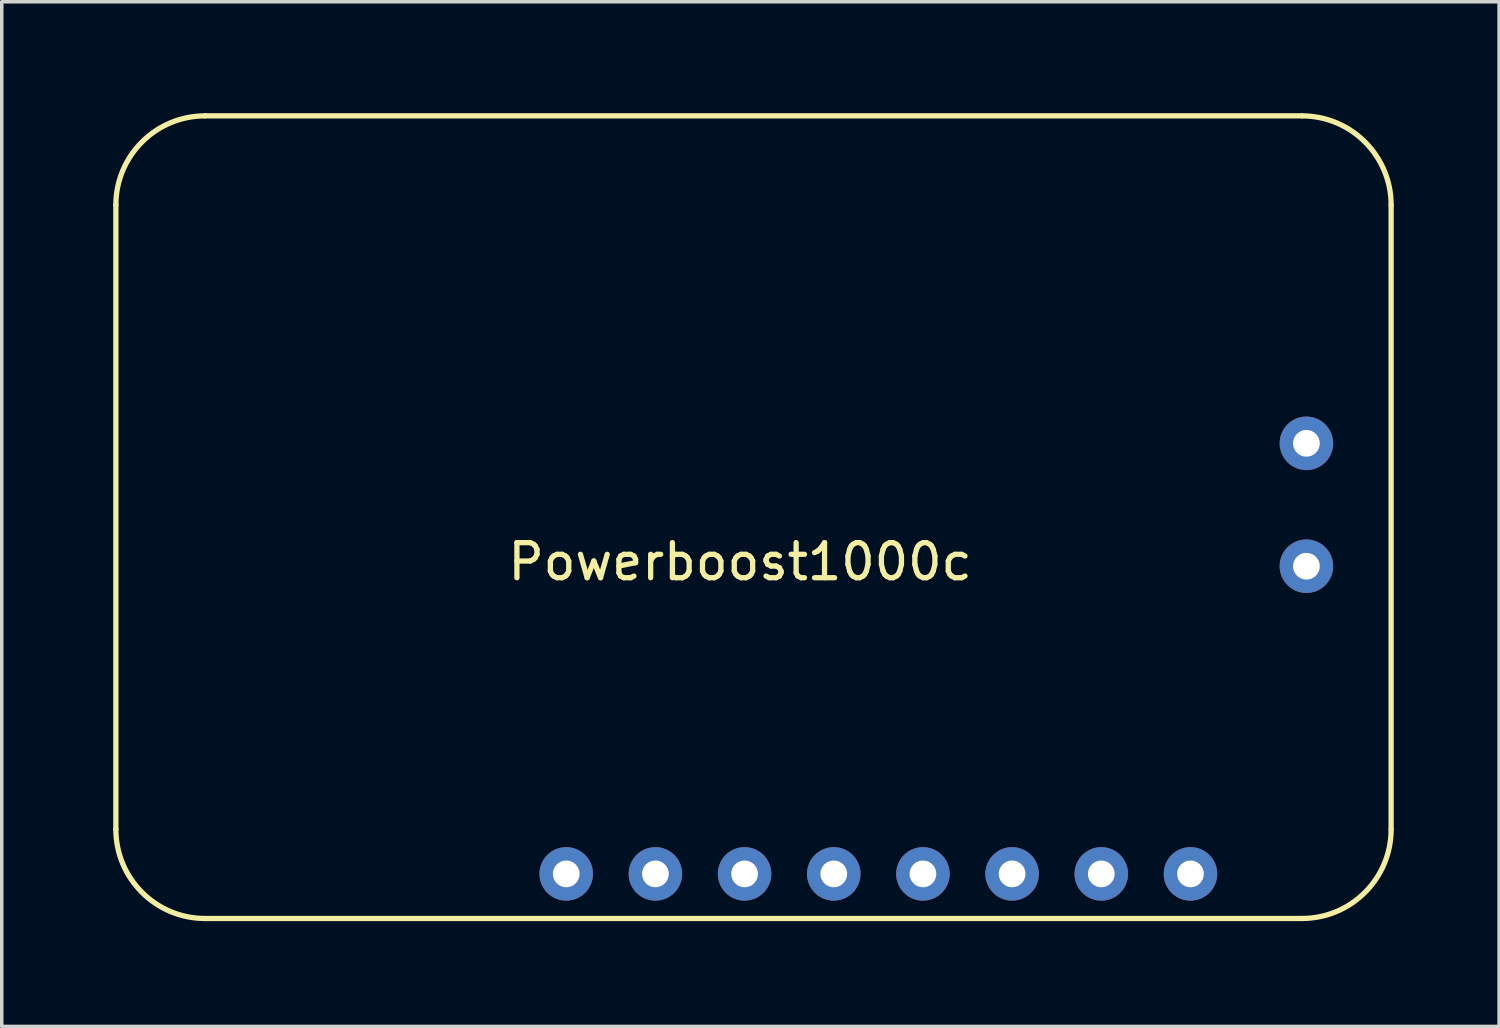
<source format=kicad_pcb>
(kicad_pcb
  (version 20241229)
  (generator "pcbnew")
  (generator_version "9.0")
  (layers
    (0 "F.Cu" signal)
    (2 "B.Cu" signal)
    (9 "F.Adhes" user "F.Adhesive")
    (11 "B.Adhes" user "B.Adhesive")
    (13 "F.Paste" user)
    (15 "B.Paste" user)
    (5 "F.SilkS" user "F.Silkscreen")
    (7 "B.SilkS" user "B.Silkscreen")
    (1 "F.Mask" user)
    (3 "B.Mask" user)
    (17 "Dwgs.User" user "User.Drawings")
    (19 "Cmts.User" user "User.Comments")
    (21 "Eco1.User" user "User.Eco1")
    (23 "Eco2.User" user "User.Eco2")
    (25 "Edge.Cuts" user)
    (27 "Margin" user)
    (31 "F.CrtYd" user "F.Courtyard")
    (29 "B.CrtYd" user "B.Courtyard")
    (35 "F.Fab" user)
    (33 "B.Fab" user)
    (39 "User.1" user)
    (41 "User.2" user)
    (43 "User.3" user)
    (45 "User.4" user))
  (footprint "Powerboost1000c"
    (layer "F.Cu")
    (at 0.25 0.25)
    (property "Reference" "Powerboost1000c" (at 17.78 12.7 0) (layer "F.SilkS") (effects (font (size 1 1) (thickness 0.15))))
    (attr through_hole)
    (fp_line (start 0 2.54) (end 0 20.32) (stroke (width 0.15) (type solid)) (layer "F.SilkS"))
    (fp_line (start 2.54 0) (end 33.782 0) (stroke (width 0.15) (type solid)) (layer "F.SilkS"))
    (fp_line (start 2.54 22.86) (end 33.782 22.86) (stroke (width 0.15) (type solid)) (layer "F.SilkS"))
    (fp_line (start 36.322 2.54) (end 36.322 20.32) (stroke (width 0.15) (type solid)) (layer "F.SilkS"))
    (fp_arc (start 0 2.54) (mid 0.743949 0.743949) (end 2.54 0) (stroke (width 0.15) (type solid)) (layer "F.SilkS"))
    (fp_arc (start 2.54 22.86) (mid 0.743949 22.116051) (end 0 20.32) (stroke (width 0.15) (type solid)) (layer "F.SilkS"))
    (fp_arc (start 33.782 0) (mid 35.578051 0.743949) (end 36.322 2.54) (stroke (width 0.15) (type solid)) (layer "F.SilkS"))
    (fp_arc (start 36.322 20.32) (mid 35.578051 22.116051) (end 33.782 22.86) (stroke (width 0.15) (type solid)) (layer "F.SilkS"))
    (pad "1" thru_hole circle (at 12.827 21.59) (size 1.524 1.524) (drill 0.762) (layers "*.Cu" "*.Mask"))
    (pad "2" thru_hole circle (at 15.367 21.59) (size 1.524 1.524) (drill 0.762) (layers "*.Cu" "*.Mask"))
    (pad "3" thru_hole circle (at 17.907 21.59) (size 1.524 1.524) (drill 0.762) (layers "*.Cu" "*.Mask"))
    (pad "4" thru_hole circle (at 20.447 21.59) (size 1.524 1.524) (drill 0.762) (layers "*.Cu" "*.Mask"))
    (pad "5" thru_hole circle (at 22.987 21.59) (size 1.524 1.524) (drill 0.762) (layers "*.Cu" "*.Mask"))
    (pad "6" thru_hole circle (at 25.527 21.59) (size 1.524 1.524) (drill 0.762) (layers "*.Cu" "*.Mask"))
    (pad "7" thru_hole circle (at 28.067 21.59) (size 1.524 1.524) (drill 0.762) (layers "*.Cu" "*.Mask"))
    (pad "8" thru_hole circle (at 30.607 21.59) (size 1.524 1.524) (drill 0.762) (layers "*.Cu" "*.Mask"))
    (pad "9" thru_hole circle (at 33.909 12.827) (size 1.524 1.524) (drill 0.762) (layers "*.Cu" "*.Mask"))
    (pad "10" thru_hole circle (at 33.909 9.327) (size 1.524 1.524) (drill 0.762) (layers "*.Cu" "*.Mask")))
  (gr_rect
    (start -3 -3)
    (end 39.647 26.185)
    (stroke (width 0.1) (type default))
    (fill no)
    (layer "Edge.Cuts")))
</source>
